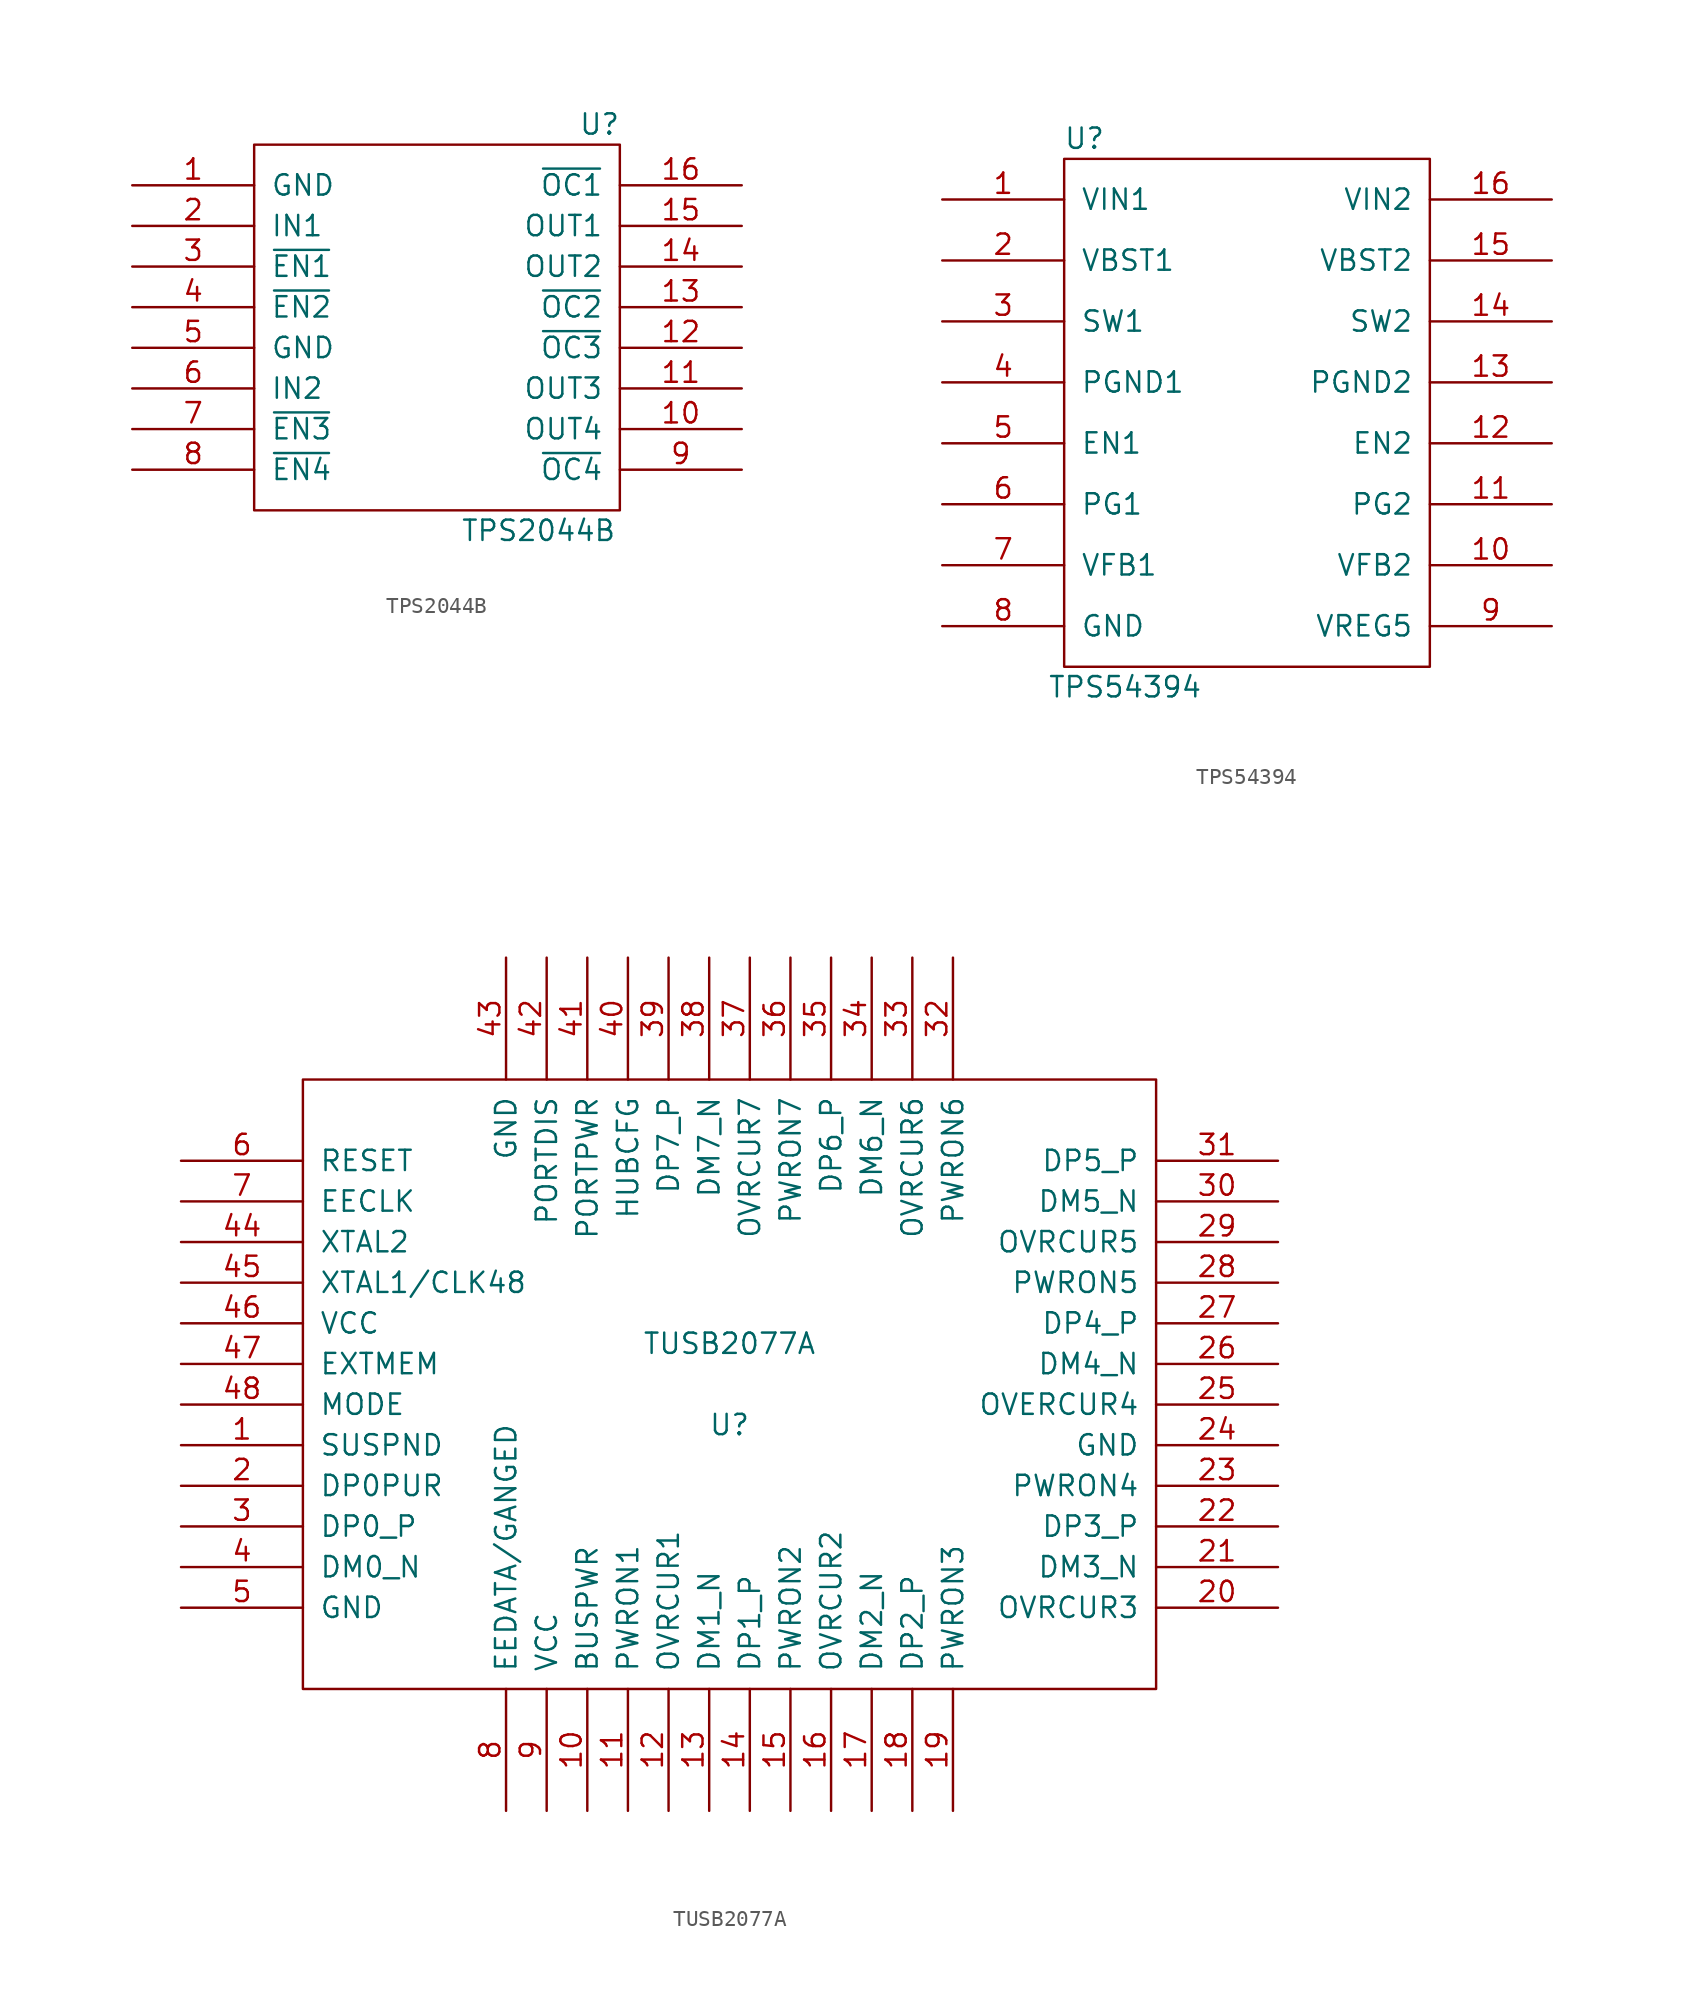
<source format=kicad_sym>
(kicad_symbol_lib
  (version 20211014)
  (generator kicad_symbol_editor)
  (symbol "TPS2044B"
    (pin_names
      (offset 1.016))
    (property "Reference" "U"
      (at 10.16 12.7 0)
      (effects (font (size 1.27 1.27))))
    (property "Value" "TPS2044B"
      (at 6.35 -12.7 0)
      (effects (font (size 1.27 1.27))))
    (symbol "TPS2044B_1_0"
      (rectangle (start -11.43 -11.43) (end 11.43 11.43) (stroke (width 0) (type default) (color 0 0 0 0)) (fill (type none))))
    (symbol "TPS2044B_1_1"
      (pin input line (at -19.05 8.89 0) (length 7.62) (name "GND" (effects (font (size 1.27 1.27)))) (number "1" (effects (font (size 1.27 1.27)))))
      (pin input line (at 19.05 -6.35 180) (length 7.62) (name "OUT4" (effects (font (size 1.27 1.27)))) (number "10" (effects (font (size 1.27 1.27)))))
      (pin input line (at 19.05 -3.81 180) (length 7.62) (name "OUT3" (effects (font (size 1.27 1.27)))) (number "11" (effects (font (size 1.27 1.27)))))
      (pin input line (at 19.05 -1.27 180) (length 7.62) (name "~{OC3}" (effects (font (size 1.27 1.27)))) (number "12" (effects (font (size 1.27 1.27)))))
      (pin input line (at 19.05 1.27 180) (length 7.62) (name "~{OC2}" (effects (font (size 1.27 1.27)))) (number "13" (effects (font (size 1.27 1.27)))))
      (pin input line (at 19.05 3.81 180) (length 7.62) (name "OUT2" (effects (font (size 1.27 1.27)))) (number "14" (effects (font (size 1.27 1.27)))))
      (pin input line (at 19.05 6.35 180) (length 7.62) (name "OUT1" (effects (font (size 1.27 1.27)))) (number "15" (effects (font (size 1.27 1.27)))))
      (pin input line (at 19.05 8.89 180) (length 7.62) (name "~{OC1}" (effects (font (size 1.27 1.27)))) (number "16" (effects (font (size 1.27 1.27)))))
      (pin input line (at -19.05 6.35 0) (length 7.62) (name "IN1" (effects (font (size 1.27 1.27)))) (number "2" (effects (font (size 1.27 1.27)))))
      (pin input line (at -19.05 3.81 0) (length 7.62) (name "~{EN1}" (effects (font (size 1.27 1.27)))) (number "3" (effects (font (size 1.27 1.27)))))
      (pin input line (at -19.05 1.27 0) (length 7.62) (name "~{EN2}" (effects (font (size 1.27 1.27)))) (number "4" (effects (font (size 1.27 1.27)))))
      (pin input line (at -19.05 -1.27 0) (length 7.62) (name "GND" (effects (font (size 1.27 1.27)))) (number "5" (effects (font (size 1.27 1.27)))))
      (pin input line (at -19.05 -3.81 0) (length 7.62) (name "IN2" (effects (font (size 1.27 1.27)))) (number "6" (effects (font (size 1.27 1.27)))))
      (pin input line (at -19.05 -6.35 0) (length 7.62) (name "~{EN3}" (effects (font (size 1.27 1.27)))) (number "7" (effects (font (size 1.27 1.27)))))
      (pin input line (at -19.05 -8.89 0) (length 7.62) (name "~{EN4}" (effects (font (size 1.27 1.27)))) (number "8" (effects (font (size 1.27 1.27)))))
      (pin input line (at 19.05 -8.89 180) (length 7.62) (name "~{OC4}" (effects (font (size 1.27 1.27)))) (number "9" (effects (font (size 1.27 1.27)))))))
  (symbol "TPS54394"
    (pin_names
      (offset 1.016))
    (property "Reference" "U"
      (at -10.16 19.05 0)
      (effects (font (size 1.27 1.27))))
    (property "Value" "TPS54394"
      (at -7.62 -15.24 0)
      (effects (font (size 1.27 1.27))))
    (symbol "TPS54394_1_0"
      (rectangle (start -11.43 -13.97) (end 11.43 17.78) (stroke (width 0) (type default) (color 0 0 0 0)) (fill (type none))))
    (symbol "TPS54394_1_1"
      (pin input line (at -19.05 15.24 0) (length 7.62) (name "VIN1" (effects (font (size 1.27 1.27)))) (number "1" (effects (font (size 1.27 1.27)))))
      (pin input line (at 19.05 -7.62 180) (length 7.62) (name "VFB2" (effects (font (size 1.27 1.27)))) (number "10" (effects (font (size 1.27 1.27)))))
      (pin input line (at 19.05 -3.81 180) (length 7.62) (name "PG2" (effects (font (size 1.27 1.27)))) (number "11" (effects (font (size 1.27 1.27)))))
      (pin input line (at 19.05 0 180) (length 7.62) (name "EN2" (effects (font (size 1.27 1.27)))) (number "12" (effects (font (size 1.27 1.27)))))
      (pin input line (at 19.05 3.81 180) (length 7.62) (name "PGND2" (effects (font (size 1.27 1.27)))) (number "13" (effects (font (size 1.27 1.27)))))
      (pin input line (at 19.05 7.62 180) (length 7.62) (name "SW2" (effects (font (size 1.27 1.27)))) (number "14" (effects (font (size 1.27 1.27)))))
      (pin input line (at 19.05 11.43 180) (length 7.62) (name "VBST2" (effects (font (size 1.27 1.27)))) (number "15" (effects (font (size 1.27 1.27)))))
      (pin input line (at 19.05 15.24 180) (length 7.62) (name "VIN2" (effects (font (size 1.27 1.27)))) (number "16" (effects (font (size 1.27 1.27)))))
      (pin input line (at -19.05 11.43 0) (length 7.62) (name "VBST1" (effects (font (size 1.27 1.27)))) (number "2" (effects (font (size 1.27 1.27)))))
      (pin input line (at -19.05 7.62 0) (length 7.62) (name "SW1" (effects (font (size 1.27 1.27)))) (number "3" (effects (font (size 1.27 1.27)))))
      (pin input line (at -19.05 3.81 0) (length 7.62) (name "PGND1" (effects (font (size 1.27 1.27)))) (number "4" (effects (font (size 1.27 1.27)))))
      (pin input line (at -19.05 0 0) (length 7.62) (name "EN1" (effects (font (size 1.27 1.27)))) (number "5" (effects (font (size 1.27 1.27)))))
      (pin input line (at -19.05 -3.81 0) (length 7.62) (name "PG1" (effects (font (size 1.27 1.27)))) (number "6" (effects (font (size 1.27 1.27)))))
      (pin input line (at -19.05 -7.62 0) (length 7.62) (name "VFB1" (effects (font (size 1.27 1.27)))) (number "7" (effects (font (size 1.27 1.27)))))
      (pin input line (at -19.05 -11.43 0) (length 7.62) (name "GND" (effects (font (size 1.27 1.27)))) (number "8" (effects (font (size 1.27 1.27)))))
      (pin input line (at 19.05 -11.43 180) (length 7.62) (name "VREG5" (effects (font (size 1.27 1.27)))) (number "9" (effects (font (size 1.27 1.27)))))))
  (symbol "TUSB2077A"
    (pin_names
      (offset 1.016))
    (property "Reference" "U"
      (at 0 -2.54 0)
      (effects (font (size 1.27 1.27))))
    (property "Value" "TUSB2077A"
      (at 0 2.54 0)
      (effects (font (size 1.27 1.27))))
    (symbol "TUSB2077A_1_0"
      (rectangle (start -26.67 -19.05) (end 26.67 19.05) (stroke (width 0) (type default) (color 0 0 0 0)) (fill (type none))))
    (symbol "TUSB2077A_1_1"
      (pin input line (at -34.29 -3.81 0) (length 7.62) (name "SUSPND" (effects (font (size 1.27 1.27)))) (number "1" (effects (font (size 1.27 1.27)))))
      (pin input line (at -8.89 -26.67 90) (length 7.62) (name "BUSPWR" (effects (font (size 1.27 1.27)))) (number "10" (effects (font (size 1.27 1.27)))))
      (pin input line (at -6.35 -26.67 90) (length 7.62) (name "PWRON1" (effects (font (size 1.27 1.27)))) (number "11" (effects (font (size 1.27 1.27)))))
      (pin input line (at -3.81 -26.67 90) (length 7.62) (name "OVRCUR1" (effects (font (size 1.27 1.27)))) (number "12" (effects (font (size 1.27 1.27)))))
      (pin input line (at -1.27 -26.67 90) (length 7.62) (name "DM1_N" (effects (font (size 1.27 1.27)))) (number "13" (effects (font (size 1.27 1.27)))))
      (pin input line (at 1.27 -26.67 90) (length 7.62) (name "DP1_P" (effects (font (size 1.27 1.27)))) (number "14" (effects (font (size 1.27 1.27)))))
      (pin input line (at 3.81 -26.67 90) (length 7.62) (name "PWRON2" (effects (font (size 1.27 1.27)))) (number "15" (effects (font (size 1.27 1.27)))))
      (pin input line (at 6.35 -26.67 90) (length 7.62) (name "OVRCUR2" (effects (font (size 1.27 1.27)))) (number "16" (effects (font (size 1.27 1.27)))))
      (pin input line (at 8.89 -26.67 90) (length 7.62) (name "DM2_N" (effects (font (size 1.27 1.27)))) (number "17" (effects (font (size 1.27 1.27)))))
      (pin input line (at 11.43 -26.67 90) (length 7.62) (name "DP2_P" (effects (font (size 1.27 1.27)))) (number "18" (effects (font (size 1.27 1.27)))))
      (pin input line (at 13.97 -26.67 90) (length 7.62) (name "PWRON3" (effects (font (size 1.27 1.27)))) (number "19" (effects (font (size 1.27 1.27)))))
      (pin input line (at -34.29 -6.35 0) (length 7.62) (name "DP0PUR" (effects (font (size 1.27 1.27)))) (number "2" (effects (font (size 1.27 1.27)))))
      (pin input line (at 34.29 -13.97 180) (length 7.62) (name "OVRCUR3" (effects (font (size 1.27 1.27)))) (number "20" (effects (font (size 1.27 1.27)))))
      (pin input line (at 34.29 -11.43 180) (length 7.62) (name "DM3_N" (effects (font (size 1.27 1.27)))) (number "21" (effects (font (size 1.27 1.27)))))
      (pin input line (at 34.29 -8.89 180) (length 7.62) (name "DP3_P" (effects (font (size 1.27 1.27)))) (number "22" (effects (font (size 1.27 1.27)))))
      (pin input line (at 34.29 -6.35 180) (length 7.62) (name "PWRON4" (effects (font (size 1.27 1.27)))) (number "23" (effects (font (size 1.27 1.27)))))
      (pin input line (at 34.29 -3.81 180) (length 7.62) (name "GND" (effects (font (size 1.27 1.27)))) (number "24" (effects (font (size 1.27 1.27)))))
      (pin input line (at 34.29 -1.27 180) (length 7.62) (name "OVERCUR4" (effects (font (size 1.27 1.27)))) (number "25" (effects (font (size 1.27 1.27)))))
      (pin input line (at 34.29 1.27 180) (length 7.62) (name "DM4_N" (effects (font (size 1.27 1.27)))) (number "26" (effects (font (size 1.27 1.27)))))
      (pin input line (at 34.29 3.81 180) (length 7.62) (name "DP4_P" (effects (font (size 1.27 1.27)))) (number "27" (effects (font (size 1.27 1.27)))))
      (pin input line (at 34.29 6.35 180) (length 7.62) (name "PWRON5" (effects (font (size 1.27 1.27)))) (number "28" (effects (font (size 1.27 1.27)))))
      (pin input line (at 34.29 8.89 180) (length 7.62) (name "OVRCUR5" (effects (font (size 1.27 1.27)))) (number "29" (effects (font (size 1.27 1.27)))))
      (pin input line (at -34.29 -8.89 0) (length 7.62) (name "DP0_P" (effects (font (size 1.27 1.27)))) (number "3" (effects (font (size 1.27 1.27)))))
      (pin input line (at 34.29 11.43 180) (length 7.62) (name "DM5_N" (effects (font (size 1.27 1.27)))) (number "30" (effects (font (size 1.27 1.27)))))
      (pin input line (at 34.29 13.97 180) (length 7.62) (name "DP5_P" (effects (font (size 1.27 1.27)))) (number "31" (effects (font (size 1.27 1.27)))))
      (pin input line (at 13.97 26.67 270) (length 7.62) (name "PWRON6" (effects (font (size 1.27 1.27)))) (number "32" (effects (font (size 1.27 1.27)))))
      (pin input line (at 11.43 26.67 270) (length 7.62) (name "OVRCUR6" (effects (font (size 1.27 1.27)))) (number "33" (effects (font (size 1.27 1.27)))))
      (pin input line (at 8.89 26.67 270) (length 7.62) (name "DM6_N" (effects (font (size 1.27 1.27)))) (number "34" (effects (font (size 1.27 1.27)))))
      (pin input line (at 6.35 26.67 270) (length 7.62) (name "DP6_P" (effects (font (size 1.27 1.27)))) (number "35" (effects (font (size 1.27 1.27)))))
      (pin input line (at 3.81 26.67 270) (length 7.62) (name "PWRON7" (effects (font (size 1.27 1.27)))) (number "36" (effects (font (size 1.27 1.27)))))
      (pin input line (at 1.27 26.67 270) (length 7.62) (name "OVRCUR7" (effects (font (size 1.27 1.27)))) (number "37" (effects (font (size 1.27 1.27)))))
      (pin input line (at -1.27 26.67 270) (length 7.62) (name "DM7_N" (effects (font (size 1.27 1.27)))) (number "38" (effects (font (size 1.27 1.27)))))
      (pin input line (at -3.81 26.67 270) (length 7.62) (name "DP7_P" (effects (font (size 1.27 1.27)))) (number "39" (effects (font (size 1.27 1.27)))))
      (pin input line (at -34.29 -11.43 0) (length 7.62) (name "DM0_N" (effects (font (size 1.27 1.27)))) (number "4" (effects (font (size 1.27 1.27)))))
      (pin input line (at -6.35 26.67 270) (length 7.62) (name "HUBCFG" (effects (font (size 1.27 1.27)))) (number "40" (effects (font (size 1.27 1.27)))))
      (pin input line (at -8.89 26.67 270) (length 7.62) (name "PORTPWR" (effects (font (size 1.27 1.27)))) (number "41" (effects (font (size 1.27 1.27)))))
      (pin input line (at -11.43 26.67 270) (length 7.62) (name "PORTDIS" (effects (font (size 1.27 1.27)))) (number "42" (effects (font (size 1.27 1.27)))))
      (pin input line (at -13.97 26.67 270) (length 7.62) (name "GND" (effects (font (size 1.27 1.27)))) (number "43" (effects (font (size 1.27 1.27)))))
      (pin input line (at -34.29 8.89 0) (length 7.62) (name "XTAL2" (effects (font (size 1.27 1.27)))) (number "44" (effects (font (size 1.27 1.27)))))
      (pin input line (at -34.29 6.35 0) (length 7.62) (name "XTAL1/CLK48" (effects (font (size 1.27 1.27)))) (number "45" (effects (font (size 1.27 1.27)))))
      (pin input line (at -34.29 3.81 0) (length 7.62) (name "VCC" (effects (font (size 1.27 1.27)))) (number "46" (effects (font (size 1.27 1.27)))))
      (pin input line (at -34.29 1.27 0) (length 7.62) (name "EXTMEM" (effects (font (size 1.27 1.27)))) (number "47" (effects (font (size 1.27 1.27)))))
      (pin input line (at -34.29 -1.27 0) (length 7.62) (name "MODE" (effects (font (size 1.27 1.27)))) (number "48" (effects (font (size 1.27 1.27)))))
      (pin input line (at -34.29 -13.97 0) (length 7.62) (name "GND" (effects (font (size 1.27 1.27)))) (number "5" (effects (font (size 1.27 1.27)))))
      (pin input line (at -34.29 13.97 0) (length 7.62) (name "RESET" (effects (font (size 1.27 1.27)))) (number "6" (effects (font (size 1.27 1.27)))))
      (pin input line (at -34.29 11.43 0) (length 7.62) (name "EECLK" (effects (font (size 1.27 1.27)))) (number "7" (effects (font (size 1.27 1.27)))))
      (pin input line (at -13.97 -26.67 90) (length 7.62) (name "EEDATA/GANGED" (effects (font (size 1.27 1.27)))) (number "8" (effects (font (size 1.27 1.27)))))
      (pin input line (at -11.43 -26.67 90) (length 7.62) (name "VCC" (effects (font (size 1.27 1.27)))) (number "9" (effects (font (size 1.27 1.27))))))))
</source>
